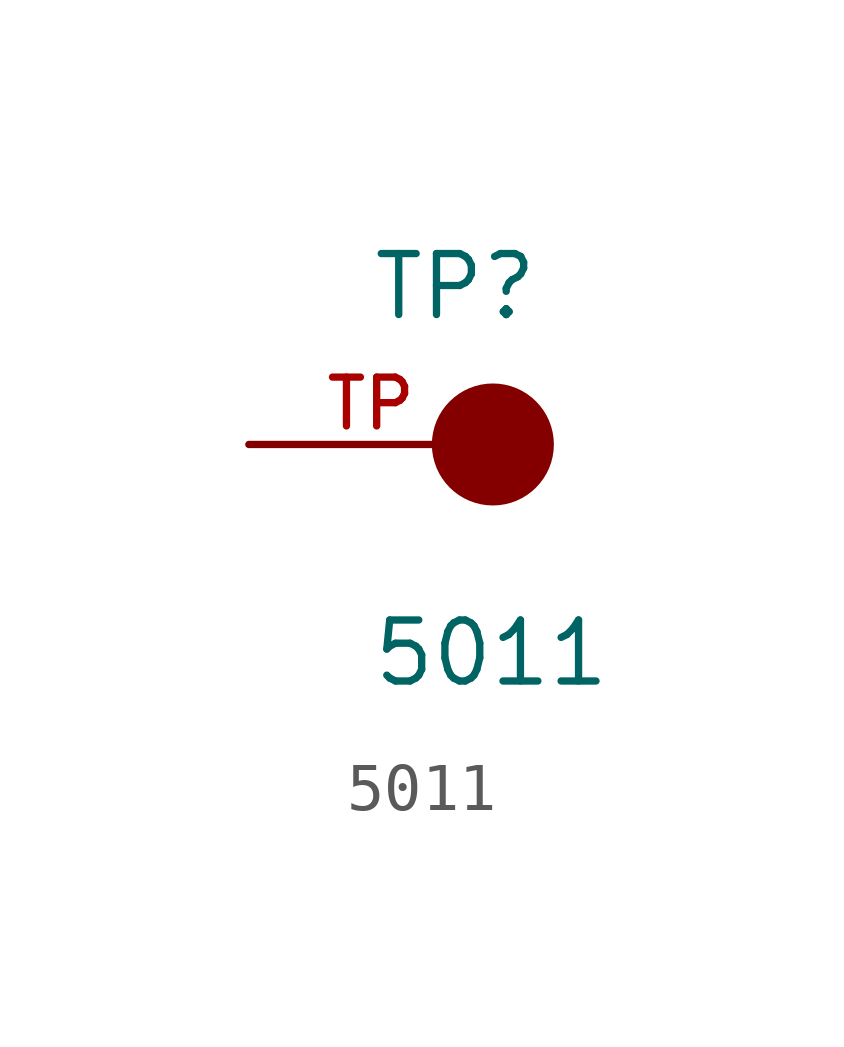
<source format=kicad_sym>
(kicad_symbol_lib
  (version 20211014)
  (generator kicad_symbol_editor)
  (symbol "5011"
    (pin_names
      (offset 1.016))
    (property "Reference" "TP"
      (at -2.544 2.541 0)
      (effects (font (size 1.27 1.27)) (justify bottom left)))
    (property "Value" "5011"
      (at -2.55 -5.087 0)
      (effects (font (size 1.27 1.27)) (justify bottom left)))
    (symbol "5011_0_0"
      (circle (center 0.0 0.0) (radius 0.635) (stroke (width 1.27)) (fill (type none)))
      (pin passive line (at -5.08 0.0 0) (length 5.08) (name "~" (effects (font (size 1.016 1.016)))) (number "TP" (effects (font (size 1.016 1.016))))))))
</source>
